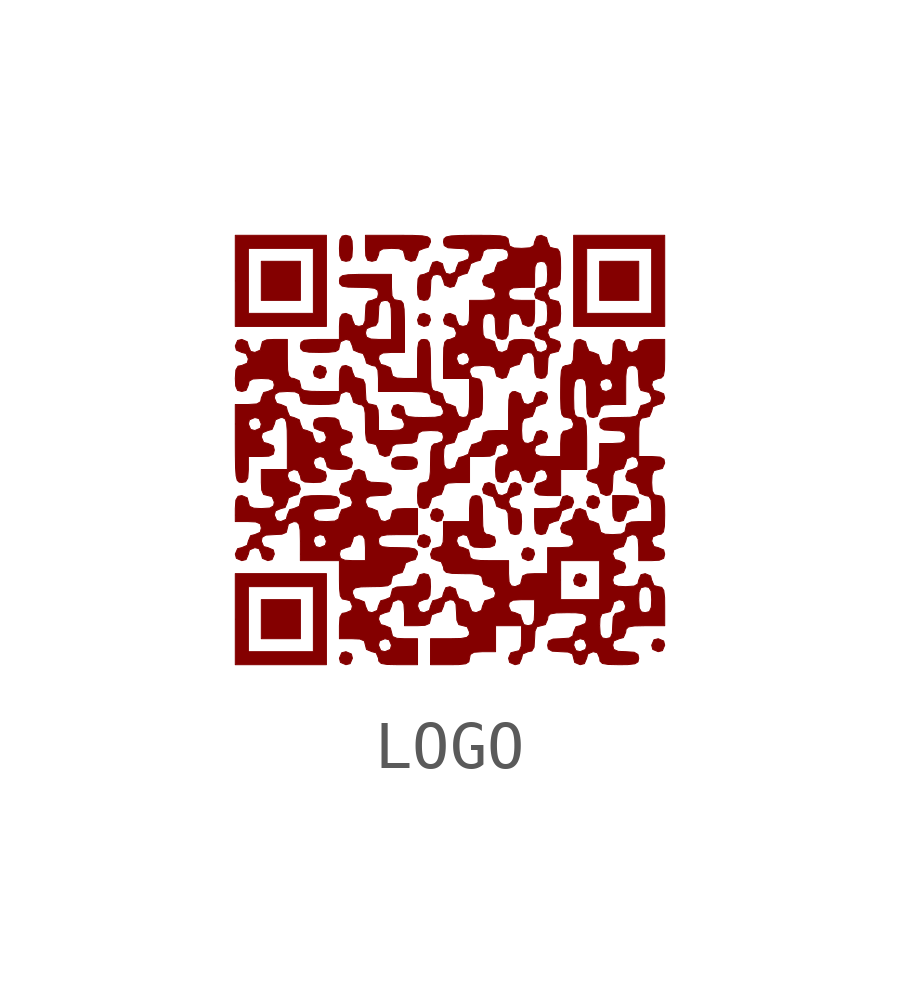
<source format=kicad_sym>
(kicad_symbol_lib
  (version 20220914)
  (generator "bitmap2component")
  (generator_version "9.0")
  (symbol "LOGO"
    (pin_names
      (offset 1.016))
    (property "Reference" "#G"
      (at 0 4.377 0)
      (effects (font (size 1.27 1.27)) hide))
    (symbol "LOGO_0_0"
      (polyline (pts (xy -2.574 -3.522) (xy -2.574 -2.574) (xy -3.522 -2.574) (xy -4.471 -2.574) (xy -4.471 -3.522) (xy -4.199 -3.522) (xy -4.199 -2.845) (xy -3.522 -2.845) (xy -2.845 -2.845) (xy -2.845 -3.522) (xy -2.845 -4.199) (xy -3.522 -4.199) (xy -4.199 -4.199) (xy -4.199 -3.522) (xy -4.471 -3.522) (xy -4.471 -4.47) (xy -3.522 -4.47) (xy -2.574 -4.47) (xy -2.574 -3.522)) (stroke (width 0.01) (type default)) (fill (type outline)))
      (polyline (pts (xy -2.08 -4.448) (xy -2.032 -4.335) (xy -2.054 -4.247) (xy -2.167 -4.199) (xy -2.255 -4.222) (xy -2.303 -4.335) (xy -2.281 -4.422) (xy -2.167 -4.47) (xy -2.08 -4.448)) (stroke (width 0.01) (type default)) (fill (type outline)))
      (polyline (pts (xy -0.677 -4.199) (xy -0.677 -3.929) (xy -0.948 -3.929) (xy -1.105 -3.921) (xy -1.197 -3.882) (xy -1.219 -3.793) (xy -1.242 -3.705) (xy -1.355 -3.658) (xy -1.442 -3.635) (xy -1.49 -3.522) (xy -1.468 -3.434) (xy -1.355 -3.387) (xy -1.267 -3.364) (xy -1.219 -3.251) (xy -1.197 -3.163) (xy -1.084 -3.116) (xy -1.006 -3.131) (xy -0.96 -3.209) (xy -0.948 -3.387) (xy -0.948 -3.658) (xy -0.677 -3.658) (xy -0.521 -3.65) (xy -0.429 -3.611) (xy -0.406 -3.522) (xy -0.384 -3.434) (xy -0.271 -3.387) (xy -0.183 -3.364) (xy -0.136 -3.251) (xy -0.113 -3.163) (xy -0.000100 -3.116) (xy 0.078 -3.131) (xy 0.124 -3.209) (xy 0.135 -3.387) (xy 0.143 -3.543) (xy 0.182 -3.635) (xy 0.271 -3.658) (xy 0.358 -3.68) (xy 0.406 -3.793) (xy 0.399 -3.853) (xy 0.349 -3.902) (xy 0.227 -3.924) (xy -0.000100 -3.929) (xy -0.406 -3.929) (xy -0.406 -4.199) (xy -0.406 -4.47) (xy -0.000100 -4.47) (xy 0.18 -4.468) (xy 0.326 -4.451) (xy 0.392 -4.41) (xy 0.406 -4.335) (xy 0.422 -4.257) (xy 0.5 -4.211) (xy 0.677 -4.199) (xy 0.948 -4.199) (xy 0.948 -3.929) (xy 0.948 -3.658) (xy 1.219 -3.658) (xy 1.49 -3.658) (xy 1.49 -3.929) (xy 1.482 -4.085) (xy 1.443 -4.177) (xy 1.355 -4.199) (xy 1.267 -4.222) (xy 1.219 -4.335) (xy 1.241 -4.422) (xy 1.355 -4.47) (xy 1.442 -4.448) (xy 1.49 -4.335) (xy 1.512 -4.247) (xy 1.625 -4.199) (xy 1.704 -4.184) (xy 1.75 -4.106) (xy 1.761 -3.929) (xy 1.769 -3.772) (xy 1.808 -3.68) (xy 1.897 -3.658) (xy 1.984 -3.635) (xy 2.032 -3.522) (xy 2.039 -3.462) (xy 2.089 -3.413) (xy 2.211 -3.392) (xy 2.438 -3.387) (xy 2.618 -3.389) (xy 2.765 -3.405) (xy 2.83 -3.446) (xy 2.845 -3.522) (xy 2.822 -3.61) (xy 2.709 -3.658) (xy 3.116 -3.658) (xy 3.123 -3.501) (xy 3.163 -3.409) (xy 3.251 -3.387) (xy 3.339 -3.364) (xy 3.387 -3.251) (xy 3.409 -3.163) (xy 3.522 -3.116) (xy 3.929 -3.116) (xy 3.936 -2.959) (xy 3.975 -2.867) (xy 4.064 -2.845) (xy 4.142 -2.86) (xy 4.188 -2.938) (xy 4.199 -3.116) (xy 4.192 -3.272) (xy 4.152 -3.364) (xy 4.064 -3.387) (xy 3.986 -3.371) (xy 3.94 -3.293) (xy 3.929 -3.116) (xy 3.522 -3.116) (xy 3.61 -3.138) (xy 3.658 -3.251) (xy 3.635 -3.339) (xy 3.522 -3.387) (xy 3.444 -3.402) (xy 3.398 -3.48) (xy 3.387 -3.658) (xy 3.379 -3.814) (xy 3.34 -3.906) (xy 3.251 -3.929) (xy 3.173 -3.913) (xy 3.127 -3.835) (xy 3.116 -3.658) (xy 2.709 -3.658) (xy 2.622 -3.68) (xy 2.574 -3.793) (xy 2.558 -3.871) (xy 2.48 -3.917) (xy 2.303 -3.929) (xy 2.147 -3.936) (xy 2.055 -3.975) (xy 2.032 -4.064) (xy 2.574 -4.064) (xy 2.596 -3.976) (xy 2.709 -3.929) (xy 2.797 -3.951) (xy 2.845 -4.064) (xy 2.822 -4.152) (xy 2.709 -4.199) (xy 2.622 -4.177) (xy 2.574 -4.064) (xy 2.032 -4.064) (xy 2.047 -4.142) (xy 2.126 -4.188) (xy 2.303 -4.199) (xy 2.459 -4.207) (xy 2.551 -4.246) (xy 2.574 -4.335) (xy 2.596 -4.422) (xy 2.709 -4.47) (xy 2.797 -4.448) (xy 2.845 -4.335) (xy 2.867 -4.247) (xy 2.98 -4.199) (xy 3.068 -4.222) (xy 3.116 -4.335) (xy 3.123 -4.395) (xy 3.172 -4.444) (xy 3.295 -4.465) (xy 3.522 -4.47) (xy 3.702 -4.468) (xy 3.849 -4.451) (xy 3.914 -4.41) (xy 3.929 -4.335) (xy 3.913 -4.257) (xy 3.835 -4.211) (xy 3.658 -4.199) (xy 3.501 -4.192) (xy 3.409 -4.152) (xy 3.387 -4.064) (xy 3.409 -3.976) (xy 3.522 -3.929) (xy 3.61 -3.906) (xy 3.658 -3.793) (xy 3.665 -3.733) (xy 3.714 -3.684) (xy 3.837 -3.663) (xy 4.064 -3.658) (xy 4.47 -3.658) (xy 4.47 -3.251) (xy 4.468 -3.071) (xy 4.451 -2.925) (xy 4.41 -2.86) (xy 4.335 -2.845) (xy 4.247 -2.822) (xy 4.199 -2.709) (xy 4.177 -2.622) (xy 4.064 -2.574) (xy 3.976 -2.596) (xy 3.929 -2.709) (xy 3.913 -2.787) (xy 3.835 -2.833) (xy 3.658 -2.845) (xy 3.501 -2.837) (xy 3.409 -2.798) (xy 3.387 -2.709) (xy 3.409 -2.622) (xy 3.522 -2.574) (xy 3.61 -2.551) (xy 3.658 -2.438) (xy 3.635 -2.351) (xy 3.522 -2.303) (xy 3.434 -2.281) (xy 3.387 -2.167) (xy 3.409 -2.08) (xy 3.522 -2.032) (xy 3.61 -2.01) (xy 3.658 -1.897) (xy 3.68 -1.809) (xy 3.793 -1.761) (xy 3.871 -1.776) (xy 3.917 -1.855) (xy 3.929 -2.032) (xy 3.929 -2.303) (xy 4.199 -2.303) (xy 4.356 -2.295) (xy 4.448 -2.256) (xy 4.47 -2.167) (xy 4.448 -2.08) (xy 4.335 -2.032) (xy 4.247 -2.01) (xy 4.199 -1.897) (xy 4.222 -1.809) (xy 4.335 -1.761) (xy 4.395 -1.754) (xy 4.444 -1.704) (xy 4.465 -1.582) (xy 4.47 -1.355) (xy 4.468 -1.175) (xy 4.451 -1.028) (xy 4.41 -0.963) (xy 4.335 -0.948) (xy 4.257 -0.933) (xy 4.211 -0.855) (xy 4.199 -0.677) (xy 4.207 -0.521) (xy 4.246 -0.429) (xy 4.335 -0.406) (xy 4.422 -0.384) (xy 4.47 -0.271) (xy 4.455 -0.193) (xy 4.377 -0.147) (xy 4.199 -0.135) (xy 3.929 -0.135) (xy 3.929 0.271) (xy 3.931 0.451) (xy 3.947 0.597) (xy 3.988 0.663) (xy 4.064 0.677) (xy 4.152 0.7) (xy 4.199 0.813) (xy 4.222 0.9) (xy 4.335 0.948) (xy 4.422 0.971) (xy 4.47 1.084) (xy 4.448 1.171) (xy 4.335 1.219) (xy 4.247 1.242) (xy 4.199 1.355) (xy 4.222 1.442) (xy 4.335 1.49) (xy 4.395 1.498) (xy 4.444 1.547) (xy 4.465 1.67) (xy 4.47 1.897) (xy 4.47 2.303) (xy 4.199 2.303) (xy 4.043 2.295) (xy 3.951 2.256) (xy 3.929 2.167) (xy 3.906 2.08) (xy 3.793 2.032) (xy 3.705 2.054) (xy 3.658 2.167) (xy 3.635 2.255) (xy 3.522 2.303) (xy 3.444 2.288) (xy 3.398 2.209) (xy 3.387 2.032) (xy 3.379 1.876) (xy 3.34 1.784) (xy 3.251 1.761) (xy 3.163 1.783) (xy 3.116 1.897) (xy 3.093 1.984) (xy 2.98 2.032) (xy 2.893 2.054) (xy 2.845 2.167) (xy 2.822 2.255) (xy 2.709 2.303) (xy 2.631 2.288) (xy 2.585 2.209) (xy 2.574 2.032) (xy 2.566 1.876) (xy 2.527 1.784) (xy 2.438 1.761) (xy 2.403 1.759) (xy 2.349 1.732) (xy 2.319 1.651) (xy 2.306 1.489) (xy 2.303 1.219) (xy 2.303 1.076) (xy 2.31 0.861) (xy 2.33 0.741) (xy 2.371 0.689) (xy 2.438 0.677) (xy 2.526 0.655) (xy 2.574 0.542) (xy 2.551 0.454) (xy 2.438 0.406) (xy 2.36 0.391) (xy 2.314 0.313) (xy 2.303 0.136) (xy 2.303 -0.135) (xy 2.032 -0.135) (xy 1.875 -0.128) (xy 1.784 -0.088) (xy 1.761 0.000100) (xy 1.783 0.088) (xy 1.897 0.136) (xy 1.984 0.158) (xy 2.032 0.271) (xy 2.01 0.359) (xy 1.897 0.406) (xy 1.809 0.384) (xy 1.761 0.271) (xy 1.739 0.183) (xy 1.625 0.136) (xy 1.547 0.151) (xy 1.501 0.229) (xy 1.49 0.406) (xy 1.498 0.563) (xy 1.537 0.655) (xy 1.625 0.677) (xy 1.713 0.7) (xy 1.761 0.813) (xy 1.783 0.9) (xy 1.897 0.948) (xy 1.984 0.971) (xy 2.032 1.084) (xy 2.01 1.171) (xy 1.897 1.219) (xy 1.809 1.197) (xy 1.761 1.084) (xy 1.739 0.996) (xy 1.625 0.948) (xy 1.538 0.971) (xy 1.49 1.084) (xy 1.468 1.171) (xy 1.355 1.219) (xy 1.295 1.212) (xy 1.246 1.163) (xy 1.224 1.04) (xy 1.219 0.813) (xy 1.219 0.406) (xy 0.948 0.406) (xy 0.792 0.399) (xy 0.7 0.36) (xy 0.677 0.271) (xy 0.655 0.183) (xy 0.542 0.136) (xy 0.454 0.113) (xy 0.406 0.000100) (xy 0.384 -0.087) (xy 0.271 -0.135) (xy 0.183 -0.158) (xy 0.135 -0.271) (xy 0.113 -0.358) (xy -0.000100 -0.406) (xy -0.078 -0.391) (xy -0.124 -0.313) (xy -0.136 -0.135) (xy -0.128 0.021) (xy -0.089 0.113) (xy -0.000100 0.136) (xy 0.087 0.158) (xy 0.135 0.271) (xy 0.158 0.359) (xy 0.271 0.406) (xy 0.358 0.429) (xy 0.406 0.542) (xy 0.429 0.629) (xy 0.542 0.677) (xy 0.602 0.685) (xy 0.651 0.734) (xy 0.672 0.857) (xy 0.677 1.084) (xy 0.675 1.264) (xy 0.658 1.41) (xy 0.617 1.475) (xy 0.542 1.49) (xy 0.454 1.512) (xy 0.406 1.626) (xy 0.422 1.704) (xy 0.5 1.75) (xy 0.677 1.761) (xy 0.834 1.754) (xy 0.925 1.714) (xy 0.948 1.626) (xy 0.97 1.538) (xy 1.084 1.49) (xy 1.171 1.512) (xy 1.219 1.626) (xy 1.241 1.713) (xy 1.355 1.761) (xy 1.442 1.783) (xy 1.49 1.897) (xy 1.512 1.984) (xy 1.625 2.032) (xy 1.704 2.017) (xy 1.75 1.938) (xy 1.761 1.761) (xy 1.769 1.605) (xy 1.808 1.513) (xy 1.897 1.49) (xy 1.975 1.506) (xy 2.021 1.584) (xy 2.032 1.761) (xy 2.04 1.917) (xy 2.079 2.009) (xy 2.167 2.032) (xy 2.255 2.054) (xy 2.303 2.167) (xy 2.281 2.255) (xy 2.167 2.303) (xy 2.08 2.325) (xy 2.032 2.438) (xy 2.054 2.526) (xy 2.167 2.574) (xy 2.246 2.589) (xy 2.292 2.668) (xy 2.303 2.845) (xy 2.295 3.001) (xy 2.256 3.093) (xy 2.167 3.116) (xy 2.08 3.138) (xy 2.032 3.251) (xy 2.054 3.339) (xy 2.167 3.387) (xy 2.227 3.394) (xy 2.276 3.443) (xy 2.298 3.566) (xy 2.303 3.793) (xy 2.3 3.973) (xy 2.284 4.12) (xy 2.243 4.185) (xy 2.167 4.199) (xy 2.08 4.222) (xy 2.032 4.335) (xy 2.01 4.423) (xy 1.897 4.471) (xy 1.809 4.448) (xy 1.761 4.335) (xy 1.746 4.257) (xy 1.667 4.211) (xy 1.49 4.199) (xy 1.334 4.207) (xy 1.242 4.246) (xy 1.219 4.335) (xy 1.219 4.342) (xy 1.207 4.402) (xy 1.158 4.439) (xy 1.047 4.46) (xy 0.85 4.469) (xy 0.542 4.471) (xy 0.505 4.471) (xy 0.209 4.468) (xy 0.022 4.458) (xy -0.082 4.436) (xy -0.126 4.397) (xy -0.136 4.335) (xy -0.12 4.257) (xy -0.042 4.211) (xy 0.135 4.199) (xy 0.292 4.192) (xy 0.384 4.153) (xy 0.406 4.064) (xy 0.384 3.977) (xy 0.271 3.929) (xy 0.183 3.906) (xy 0.135 3.793) (xy 0.113 3.706) (xy -0.000100 3.658) (xy -0.088 3.68) (xy -0.136 3.793) (xy -0.158 3.881) (xy -0.271 3.929) (xy -0.359 3.906) (xy -0.406 3.793) (xy -0.429 3.706) (xy -0.542 3.658) (xy -0.62 3.642) (xy -0.666 3.564) (xy -0.677 3.387) (xy -0.67 3.23) (xy -0.631 3.139) (xy -0.542 3.116) (xy -0.464 3.131) (xy -0.418 3.209) (xy -0.406 3.387) (xy -0.399 3.543) (xy -0.36 3.635) (xy -0.271 3.658) (xy -0.183 3.635) (xy -0.136 3.522) (xy -0.113 3.435) (xy -0.000100 3.387) (xy 0.087 3.409) (xy 0.135 3.522) (xy 0.158 3.61) (xy 0.271 3.658) (xy 0.358 3.68) (xy 0.406 3.793) (xy 0.429 3.881) (xy 0.542 3.929) (xy 0.629 3.951) (xy 0.677 4.064) (xy 0.693 4.142) (xy 0.771 4.188) (xy 0.948 4.199) (xy 1.105 4.192) (xy 1.196 4.153) (xy 1.219 4.064) (xy 1.197 3.977) (xy 1.084 3.929) (xy 0.996 3.906) (xy 0.948 3.793) (xy 0.926 3.706) (xy 0.813 3.658) (xy 0.725 3.635) (xy 0.677 3.522) (xy 0.7 3.435) (xy 0.813 3.387) (xy 0.9 3.365) (xy 0.948 3.251) (xy 0.933 3.173) (xy 0.855 3.127) (xy 0.677 3.116) (xy 0.406 3.116) (xy 0.406 2.845) (xy 0.399 2.688) (xy 0.359 2.597) (xy 0.271 2.574) (xy 0.677 2.574) (xy 0.685 2.73) (xy 0.724 2.822) (xy 0.813 2.845) (xy 0.891 2.829) (xy 0.937 2.751) (xy 0.948 2.574) (xy 0.956 2.418) (xy 0.995 2.326) (xy 1.084 2.303) (xy 1.162 2.318) (xy 1.208 2.397) (xy 1.219 2.574) (xy 1.227 2.73) (xy 1.266 2.822) (xy 1.355 2.845) (xy 1.442 2.823) (xy 1.49 2.709) (xy 1.512 2.622) (xy 1.625 2.574) (xy 1.704 2.589) (xy 1.75 2.668) (xy 1.761 2.845) (xy 1.761 3.116) (xy 1.49 3.116) (xy 1.334 3.123) (xy 1.242 3.163) (xy 1.219 3.251) (xy 1.234 3.329) (xy 1.313 3.375) (xy 1.49 3.387) (xy 1.761 3.387) (xy 1.761 3.658) (xy 1.769 3.814) (xy 1.808 3.906) (xy 1.897 3.929) (xy 1.975 3.913) (xy 2.021 3.835) (xy 2.032 3.658) (xy 2.024 3.501) (xy 1.985 3.409) (xy 1.897 3.387) (xy 1.809 3.365) (xy 1.761 3.251) (xy 1.783 3.164) (xy 1.897 3.116) (xy 1.975 3.1) (xy 2.021 3.022) (xy 2.032 2.845) (xy 2.024 2.688) (xy 1.985 2.597) (xy 1.897 2.574) (xy 1.809 2.552) (xy 1.761 2.438) (xy 1.783 2.351) (xy 1.897 2.303) (xy 1.984 2.281) (xy 2.032 2.167) (xy 2.01 2.08) (xy 1.897 2.032) (xy 1.809 2.054) (xy 1.761 2.167) (xy 1.746 2.246) (xy 1.667 2.292) (xy 1.49 2.303) (xy 1.334 2.295) (xy 1.242 2.256) (xy 1.219 2.167) (xy 1.197 2.08) (xy 1.084 2.032) (xy 0.996 2.054) (xy 0.948 2.167) (xy 0.926 2.255) (xy 0.813 2.303) (xy 0.735 2.318) (xy 0.689 2.397) (xy 0.677 2.574) (xy 0.271 2.574) (xy 0.183 2.596) (xy 0.135 2.709) (xy 0.113 2.797) (xy -0.000100 2.845) (xy -0.088 2.823) (xy -0.136 2.709) (xy -0.113 2.622) (xy -0.000100 2.574) (xy 0.087 2.552) (xy 0.135 2.438) (xy 0.113 2.351) (xy -0.000100 2.303) (xy -0.06 2.296) (xy -0.109 2.246) (xy -0.131 2.124) (xy -0.136 1.897) (xy 0.135 1.897) (xy 0.158 1.984) (xy 0.271 2.032) (xy 0.358 2.01) (xy 0.406 1.897) (xy 0.384 1.809) (xy 0.271 1.761) (xy 0.183 1.783) (xy 0.135 1.897) (xy -0.136 1.897) (xy -0.136 1.49) (xy 0.135 1.49) (xy 0.406 1.49) (xy 0.406 1.084) (xy 0.404 0.904) (xy 0.387 0.757) (xy 0.346 0.692) (xy 0.271 0.677) (xy 0.183 0.7) (xy 0.135 0.813) (xy 0.113 0.9) (xy -0.000100 0.948) (xy -0.088 0.971) (xy -0.136 1.084) (xy -0.158 1.171) (xy -0.271 1.219) (xy -0.307 1.221) (xy -0.361 1.248) (xy -0.391 1.329) (xy -0.404 1.491) (xy -0.406 1.761) (xy -0.407 1.904) (xy -0.414 2.119) (xy -0.434 2.24) (xy -0.474 2.292) (xy -0.542 2.303) (xy -0.602 2.296) (xy -0.651 2.246) (xy -0.672 2.124) (xy -0.677 1.897) (xy -0.677 1.49) (xy -0.948 1.49) (xy -1.105 1.498) (xy -1.197 1.537) (xy -1.219 1.626) (xy -1.242 1.713) (xy -1.355 1.761) (xy -1.442 1.783) (xy -1.49 1.897) (xy -1.475 1.975) (xy -1.397 2.021) (xy -1.219 2.032) (xy -0.948 2.032) (xy -0.948 2.574) (xy -0.949 2.717) (xy -0.956 2.932) (xy -0.976 3.052) (xy -1.016 3.104) (xy -1.084 3.116) (xy -1.162 3.131) (xy -1.208 3.209) (xy -1.219 3.387) (xy -1.219 3.658) (xy -1.761 3.658) (xy -1.904 3.657) (xy -2.119 3.65) (xy -2.24 3.63) (xy -2.292 3.59) (xy -2.303 3.522) (xy -2.296 3.462) (xy -2.246 3.413) (xy -2.124 3.392) (xy -1.897 3.387) (xy -1.717 3.384) (xy -1.57 3.368) (xy -1.505 3.327) (xy -1.49 3.251) (xy -1.512 3.164) (xy -1.626 3.116) (xy -1.704 3.1) (xy -1.75 3.022) (xy -1.761 2.845) (xy -1.769 2.688) (xy -1.808 2.597) (xy -1.897 2.574) (xy -1.984 2.596) (xy -2.032 2.709) (xy -2.054 2.797) (xy -2.167 2.845) (xy -2.246 2.829) (xy -2.292 2.751) (xy -2.303 2.574) (xy -2.303 2.438) (xy -1.761 2.438) (xy -1.739 2.526) (xy -1.626 2.574) (xy -1.548 2.589) (xy -1.502 2.668) (xy -1.49 2.845) (xy -1.482 3.001) (xy -1.443 3.093) (xy -1.355 3.116) (xy -1.295 3.108) (xy -1.246 3.059) (xy -1.224 2.936) (xy -1.219 2.709) (xy -1.219 2.303) (xy -1.49 2.303) (xy -1.647 2.311) (xy -1.738 2.35) (xy -1.761 2.438) (xy -2.303 2.438) (xy -2.303 2.303) (xy -2.709 2.303) (xy -2.889 2.3) (xy -3.036 2.284) (xy -3.101 2.243) (xy -3.116 2.167) (xy -3.108 2.107) (xy -3.059 2.059) (xy -2.936 2.037) (xy -2.709 2.032) (xy -2.529 2.035) (xy -2.383 2.051) (xy -2.318 2.092) (xy -2.303 2.167) (xy -2.281 2.255) (xy -2.167 2.303) (xy -2.08 2.281) (xy -2.032 2.167) (xy -2.01 2.08) (xy -1.897 2.032) (xy -1.809 2.01) (xy -1.761 1.897) (xy -1.739 1.809) (xy -1.626 1.761) (xy -1.548 1.746) (xy -1.502 1.667) (xy -1.49 1.49) (xy -1.49 1.219) (xy -0.948 1.219) (xy -0.805 1.219) (xy -0.59 1.212) (xy -0.47 1.192) (xy -0.418 1.151) (xy -0.406 1.084) (xy -0.384 0.996) (xy -0.271 0.948) (xy -0.183 0.926) (xy -0.136 0.813) (xy -0.143 0.753) (xy -0.192 0.704) (xy -0.315 0.682) (xy -0.542 0.677) (xy -0.722 0.68) (xy -0.868 0.696) (xy -0.933 0.737) (xy -0.948 0.813) (xy -0.971 0.9) (xy -1.084 0.948) (xy -1.171 0.926) (xy -1.219 0.813) (xy -1.197 0.725) (xy -1.084 0.677) (xy -0.996 0.655) (xy -0.948 0.542) (xy -0.964 0.464) (xy -1.042 0.418) (xy -1.219 0.406) (xy -1.49 0.406) (xy -1.49 0.677) (xy -1.498 0.834) (xy -1.537 0.926) (xy -1.626 0.948) (xy -1.704 0.964) (xy -1.75 1.042) (xy -1.761 1.219) (xy -1.769 1.376) (xy -1.808 1.468) (xy -1.897 1.49) (xy -1.984 1.512) (xy -2.032 1.626) (xy -2.054 1.713) (xy -2.167 1.761) (xy -2.246 1.746) (xy -2.292 1.667) (xy -2.303 1.49) (xy -2.303 1.219) (xy -2.709 1.219) (xy -2.889 1.222) (xy -3.036 1.238) (xy -3.101 1.279) (xy -3.116 1.355) (xy -3.138 1.442) (xy -3.251 1.49) (xy -3.311 1.498) (xy -3.36 1.547) (xy -3.382 1.67) (xy -3.387 1.897) (xy -3.387 2.303) (xy -3.658 2.303) (xy -3.814 2.295) (xy -3.906 2.256) (xy -3.929 2.167) (xy -3.951 2.08) (xy -4.064 2.032) (xy -4.152 2.054) (xy -4.199 2.167) (xy -4.222 2.255) (xy -4.335 2.303) (xy -4.423 2.281) (xy -4.471 2.167) (xy -4.448 2.08) (xy -4.335 2.032) (xy -4.247 2.01) (xy -4.199 1.897) (xy -4.222 1.809) (xy -4.335 1.761) (xy -4.413 1.746) (xy -4.459 1.667) (xy -4.471 1.49) (xy -4.463 1.334) (xy -4.424 1.242) (xy -4.335 1.219) (xy -4.247 1.242) (xy -4.199 1.355) (xy -4.184 1.433) (xy -4.106 1.479) (xy -3.929 1.49) (xy -3.772 1.482) (xy -3.68 1.443) (xy -3.658 1.355) (xy -3.68 1.267) (xy -3.793 1.219) (xy -3.881 1.197) (xy -3.929 1.084) (xy -3.944 1.006) (xy -4.022 0.96) (xy -4.199 0.948) (xy -4.471 0.948) (xy -4.471 0.542) (xy -4.199 0.542) (xy -4.177 0.629) (xy -4.064 0.677) (xy -3.977 0.655) (xy -3.929 0.542) (xy -3.951 0.454) (xy -4.064 0.406) (xy -4.152 0.429) (xy -4.199 0.542) (xy -4.471 0.542) (xy -4.471 0.136) (xy -4.47 -0.104) (xy -4.466 -0.37) (xy -4.454 -0.538) (xy -4.431 -0.63) (xy -4.392 -0.669) (xy -4.335 -0.677) (xy -4.257 -0.662) (xy -4.211 -0.584) (xy -4.199 -0.406) (xy -4.199 -0.135) (xy -3.929 -0.135) (xy -3.772 -0.128) (xy -3.68 -0.088) (xy -3.658 0.000100) (xy -3.68 0.088) (xy -3.793 0.136) (xy -3.881 0.158) (xy -3.929 0.271) (xy -3.906 0.359) (xy -3.793 0.406) (xy -3.706 0.429) (xy -3.658 0.542) (xy -3.635 0.629) (xy -3.522 0.677) (xy -3.486 0.675) (xy -3.433 0.648) (xy -3.403 0.567) (xy -3.39 0.406) (xy -3.387 0.136) (xy -3.387 -0.406) (xy -3.658 -0.406) (xy -3.929 -0.406) (xy -3.929 -0.677) (xy -3.921 -0.834) (xy -3.882 -0.925) (xy -3.793 -0.948) (xy -3.706 -0.97) (xy -3.658 -1.084) (xy -3.673 -1.162) (xy -3.751 -1.208) (xy -3.929 -1.219) (xy -4.085 -1.211) (xy -4.177 -1.172) (xy -4.199 -1.084) (xy -4.222 -0.996) (xy -4.335 -0.948) (xy -4.413 -0.964) (xy -4.459 -1.042) (xy -4.471 -1.219) (xy -4.471 -1.355) (xy -3.658 -1.355) (xy -3.635 -1.267) (xy -3.522 -1.219) (xy -3.435 -1.197) (xy -3.387 -1.084) (xy -3.365 -0.996) (xy -3.251 -0.948) (xy -3.164 -0.926) (xy -3.116 -0.813) (xy -3.138 -0.725) (xy -3.251 -0.677) (xy -3.339 -0.655) (xy -3.387 -0.542) (xy -3.365 -0.454) (xy -3.251 -0.406) (xy -3.164 -0.429) (xy -3.116 -0.542) (xy -3.1 -0.62) (xy -3.022 -0.666) (xy -2.845 -0.677) (xy -2.688 -0.67) (xy -2.597 -0.63) (xy -2.574 -0.542) (xy -2.596 -0.454) (xy -2.709 -0.406) (xy -2.797 -0.384) (xy -2.845 -0.271) (xy -2.823 -0.183) (xy -2.709 -0.135) (xy -2.622 -0.158) (xy -2.574 -0.271) (xy -2.559 -0.349) (xy -2.48 -0.395) (xy -2.303 -0.406) (xy -2.147 -0.399) (xy -2.055 -0.359) (xy -2.032 -0.271) (xy -2.054 -0.183) (xy -2.167 -0.135) (xy -2.255 -0.113) (xy -2.303 0.000100) (xy -2.281 0.088) (xy -2.167 0.136) (xy -2.08 0.158) (xy -2.032 0.271) (xy -2.054 0.359) (xy -2.167 0.406) (xy -2.255 0.429) (xy -2.303 0.542) (xy -2.318 0.62) (xy -2.397 0.666) (xy -2.574 0.677) (xy -2.73 0.67) (xy -2.822 0.631) (xy -2.845 0.542) (xy -2.823 0.454) (xy -2.709 0.406) (xy -2.622 0.384) (xy -2.574 0.271) (xy -2.596 0.183) (xy -2.709 0.136) (xy -2.797 0.158) (xy -2.845 0.271) (xy -2.867 0.359) (xy -2.98 0.406) (xy -3.068 0.429) (xy -3.116 0.542) (xy -3.138 0.629) (xy -3.251 0.677) (xy -3.339 0.7) (xy -3.387 0.813) (xy -3.409 0.9) (xy -3.522 0.948) (xy -3.61 0.971) (xy -3.658 1.084) (xy -3.642 1.162) (xy -3.564 1.208) (xy -3.387 1.219) (xy -3.23 1.212) (xy -3.139 1.172) (xy -3.116 1.084) (xy -3.108 1.024) (xy -3.059 0.975) (xy -2.936 0.953) (xy -2.709 0.948) (xy -2.529 0.951) (xy -2.383 0.967) (xy -2.318 1.008) (xy -2.303 1.084) (xy -2.281 1.171) (xy -2.167 1.219) (xy -2.08 1.197) (xy -2.032 1.084) (xy -2.01 0.996) (xy -1.897 0.948) (xy -1.837 0.941) (xy -1.788 0.892) (xy -1.766 0.769) (xy -1.761 0.542) (xy -1.759 0.362) (xy -1.742 0.215) (xy -1.701 0.15) (xy -1.626 0.136) (xy -1.538 0.113) (xy -1.49 0.000100) (xy -1.468 -0.087) (xy -1.355 -0.135) (xy -1.267 -0.113) (xy -1.219 0.000100) (xy -1.204 0.078) (xy -1.126 0.124) (xy -0.948 0.136) (xy -0.792 0.143) (xy -0.7 0.182) (xy -0.677 0.271) (xy -0.662 0.349) (xy -0.584 0.395) (xy -0.406 0.406) (xy -0.25 0.399) (xy -0.158 0.36) (xy -0.136 0.271) (xy -0.158 0.183) (xy -0.271 0.136) (xy -0.331 0.128) (xy -0.38 0.079) (xy -0.402 -0.044) (xy -0.406 -0.271) (xy -0.409 -0.451) (xy -0.425 -0.597) (xy -0.466 -0.662) (xy -0.542 -0.677) (xy -0.62 -0.693) (xy -0.666 -0.771) (xy -0.677 -0.948) (xy -0.67 -1.105) (xy -0.631 -1.196) (xy -0.542 -1.219) (xy -0.454 -1.197) (xy -0.406 -1.084) (xy -0.384 -0.996) (xy -0.271 -0.948) (xy -0.183 -0.926) (xy -0.136 -0.813) (xy -0.12 -0.735) (xy -0.042 -0.689) (xy 0.135 -0.677) (xy 0.406 -0.677) (xy 0.406 -0.406) (xy 0.406 -0.135) (xy 0.677 -0.135) (xy 0.834 -0.128) (xy 0.925 -0.088) (xy 0.948 0.000100) (xy 0.97 0.088) (xy 1.084 0.136) (xy 1.171 0.113) (xy 1.219 0.000100) (xy 1.197 -0.087) (xy 1.084 -0.135) (xy 1.006 -0.151) (xy 0.96 -0.229) (xy 0.948 -0.406) (xy 0.956 -0.563) (xy 0.995 -0.654) (xy 1.084 -0.677) (xy 1.171 -0.655) (xy 1.219 -0.542) (xy 1.241 -0.454) (xy 1.355 -0.406) (xy 1.442 -0.429) (xy 1.49 -0.542) (xy 1.512 -0.629) (xy 1.625 -0.677) (xy 1.713 -0.655) (xy 1.761 -0.542) (xy 1.783 -0.454) (xy 1.897 -0.406) (xy 1.984 -0.429) (xy 2.032 -0.542) (xy 2.01 -0.629) (xy 1.897 -0.677) (xy 1.809 -0.7) (xy 1.761 -0.813) (xy 1.776 -0.891) (xy 1.855 -0.937) (xy 2.032 -0.948) (xy 2.303 -0.948) (xy 2.303 -0.677) (xy 2.303 -0.406) (xy 2.574 -0.406) (xy 2.845 -0.406) (xy 2.845 0.136) (xy 2.844 0.278) (xy 2.837 0.494) (xy 2.817 0.614) (xy 2.777 0.666) (xy 2.709 0.677) (xy 2.649 0.685) (xy 2.6 0.734) (xy 2.579 0.857) (xy 2.574 1.084) (xy 2.576 1.264) (xy 2.593 1.41) (xy 2.634 1.475) (xy 2.709 1.49) (xy 2.769 1.483) (xy 2.818 1.433) (xy 2.832 1.355) (xy 3.116 1.355) (xy 3.138 1.442) (xy 3.251 1.49) (xy 3.339 1.468) (xy 3.387 1.355) (xy 3.364 1.267) (xy 3.251 1.219) (xy 3.163 1.242) (xy 3.116 1.355) (xy 2.832 1.355) (xy 2.84 1.311) (xy 2.845 1.084) (xy 2.847 0.904) (xy 2.864 0.757) (xy 2.905 0.692) (xy 2.98 0.677) (xy 3.068 0.7) (xy 3.116 0.813) (xy 3.131 0.891) (xy 3.209 0.937) (xy 3.387 0.948) (xy 3.658 0.948) (xy 3.658 1.355) (xy 3.66 1.535) (xy 3.676 1.681) (xy 3.717 1.746) (xy 3.793 1.761) (xy 3.871 1.746) (xy 3.917 1.667) (xy 3.929 1.49) (xy 3.936 1.334) (xy 3.975 1.242) (xy 4.064 1.219) (xy 4.152 1.197) (xy 4.199 1.084) (xy 4.177 0.996) (xy 4.064 0.948) (xy 3.976 0.926) (xy 3.929 0.813) (xy 3.921 0.753) (xy 3.872 0.704) (xy 3.749 0.682) (xy 3.522 0.677) (xy 3.342 0.675) (xy 3.196 0.658) (xy 3.131 0.618) (xy 3.116 0.542) (xy 3.131 0.464) (xy 3.209 0.418) (xy 3.387 0.406) (xy 3.543 0.399) (xy 3.635 0.36) (xy 3.658 0.271) (xy 3.642 0.193) (xy 3.564 0.147) (xy 3.387 0.136) (xy 3.116 0.136) (xy 3.116 -0.135) (xy 3.108 -0.292) (xy 3.069 -0.384) (xy 2.98 -0.406) (xy 2.893 -0.429) (xy 2.845 -0.542) (xy 2.867 -0.629) (xy 2.98 -0.677) (xy 3.068 -0.7) (xy 3.116 -0.813) (xy 3.138 -0.9) (xy 3.251 -0.948) (xy 3.329 -0.933) (xy 3.375 -0.855) (xy 3.387 -0.677) (xy 3.394 -0.521) (xy 3.433 -0.429) (xy 3.522 -0.406) (xy 3.61 -0.384) (xy 3.658 -0.271) (xy 3.68 -0.183) (xy 3.793 -0.135) (xy 3.881 -0.158) (xy 3.929 -0.271) (xy 3.906 -0.358) (xy 3.793 -0.406) (xy 3.705 -0.429) (xy 3.658 -0.542) (xy 3.68 -0.629) (xy 3.793 -0.677) (xy 3.881 -0.7) (xy 3.929 -0.813) (xy 3.951 -0.9) (xy 4.064 -0.948) (xy 4.142 -0.964) (xy 4.188 -1.042) (xy 4.199 -1.219) (xy 4.199 -1.49) (xy 3.929 -1.49) (xy 3.772 -1.498) (xy 3.68 -1.537) (xy 3.658 -1.625) (xy 3.642 -1.704) (xy 3.564 -1.75) (xy 3.387 -1.761) (xy 3.23 -1.753) (xy 3.138 -1.714) (xy 3.116 -1.625) (xy 3.093 -1.538) (xy 2.98 -1.49) (xy 2.893 -1.468) (xy 2.845 -1.355) (xy 2.822 -1.267) (xy 2.709 -1.219) (xy 2.622 -1.241) (xy 2.574 -1.355) (xy 2.551 -1.442) (xy 2.438 -1.49) (xy 2.351 -1.512) (xy 2.303 -1.625) (xy 2.325 -1.713) (xy 2.438 -1.761) (xy 2.526 -1.783) (xy 2.574 -1.897) (xy 2.558 -1.975) (xy 2.48 -2.021) (xy 2.303 -2.032) (xy 2.032 -2.032) (xy 2.032 -2.303) (xy 2.032 -2.574) (xy 1.761 -2.574) (xy 1.605 -2.582) (xy 1.513 -2.621) (xy 1.49 -2.709) (xy 2.303 -2.709) (xy 2.303 -2.303) (xy 2.709 -2.303) (xy 3.116 -2.303) (xy 3.116 -2.709) (xy 3.116 -3.116) (xy 2.709 -3.116) (xy 2.303 -3.116) (xy 2.303 -2.709) (xy 1.49 -2.709) (xy 1.468 -2.797) (xy 1.355 -2.845) (xy 1.276 -2.829) (xy 1.23 -2.751) (xy 1.219 -2.574) (xy 1.219 -2.303) (xy 0.813 -2.303) (xy 0.633 -2.3) (xy 0.486 -2.284) (xy 0.421 -2.243) (xy 0.406 -2.167) (xy 0.384 -2.08) (xy 0.271 -2.032) (xy 0.183 -2.01) (xy 0.135 -1.897) (xy 0.158 -1.809) (xy 0.271 -1.761) (xy 0.358 -1.783) (xy 0.406 -1.897) (xy 0.422 -1.975) (xy 0.5 -2.021) (xy 0.677 -2.032) (xy 0.834 -2.024) (xy 0.925 -1.985) (xy 0.948 -1.897) (xy 0.926 -1.809) (xy 0.813 -1.761) (xy 0.753 -1.754) (xy 0.704 -1.704) (xy 0.682 -1.582) (xy 0.677 -1.355) (xy 0.675 -1.175) (xy 0.658 -1.028) (xy 0.617 -0.963) (xy 0.542 -0.948) (xy 0.464 -0.964) (xy 0.418 -1.042) (xy 0.406 -1.219) (xy 0.406 -1.49) (xy 0.135 -1.49) (xy -0.136 -1.49) (xy -0.136 -1.761) (xy -0.143 -1.917) (xy -0.182 -2.009) (xy -0.271 -2.032) (xy -0.359 -2.054) (xy -0.406 -2.167) (xy -0.384 -2.255) (xy -0.271 -2.303) (xy -0.183 -2.325) (xy -0.136 -2.438) (xy -0.128 -2.498) (xy -0.079 -2.547) (xy 0.044 -2.569) (xy 0.271 -2.574) (xy 0.451 -2.576) (xy 0.597 -2.593) (xy 0.662 -2.634) (xy 0.677 -2.709) (xy 0.7 -2.797) (xy 0.813 -2.845) (xy 0.9 -2.867) (xy 0.948 -2.98) (xy 0.926 -3.068) (xy 0.813 -3.116) (xy 0.725 -3.138) (xy 0.677 -3.251) (xy 1.219 -3.251) (xy 1.234 -3.173) (xy 1.313 -3.127) (xy 1.49 -3.116) (xy 1.761 -3.116) (xy 1.761 -3.387) (xy 1.753 -3.543) (xy 1.714 -3.635) (xy 1.625 -3.658) (xy 1.538 -3.635) (xy 1.49 -3.522) (xy 1.468 -3.434) (xy 1.355 -3.387) (xy 1.267 -3.364) (xy 1.219 -3.251) (xy 0.677 -3.251) (xy 0.655 -3.339) (xy 0.542 -3.387) (xy 0.454 -3.364) (xy 0.406 -3.251) (xy 0.384 -3.163) (xy 0.271 -3.116) (xy 0.183 -3.093) (xy 0.135 -2.98) (xy 0.113 -2.893) (xy -0.000100 -2.845) (xy -0.088 -2.867) (xy -0.136 -2.98) (xy -0.158 -3.068) (xy -0.271 -3.116) (xy -0.359 -3.138) (xy -0.406 -3.251) (xy -0.429 -3.339) (xy -0.542 -3.387) (xy -0.629 -3.364) (xy -0.677 -3.251) (xy -0.655 -3.163) (xy -0.542 -3.116) (xy -0.464 -3.1) (xy -0.418 -3.022) (xy -0.406 -2.845) (xy -0.414 -2.688) (xy -0.453 -2.596) (xy -0.542 -2.574) (xy -0.629 -2.596) (xy -0.677 -2.709) (xy -0.693 -2.787) (xy -0.771 -2.833) (xy -0.948 -2.845) (xy -1.105 -2.852) (xy -1.197 -2.892) (xy -1.219 -2.98) (xy -1.242 -3.068) (xy -1.355 -3.116) (xy -1.442 -3.138) (xy -1.49 -3.251) (xy -1.512 -3.339) (xy -1.626 -3.387) (xy -1.713 -3.364) (xy -1.761 -3.251) (xy -1.783 -3.163) (xy -1.897 -3.116) (xy -1.984 -3.093) (xy -2.032 -2.98) (xy -2.025 -2.92) (xy -1.975 -2.871) (xy -1.853 -2.85) (xy -1.626 -2.845) (xy -1.446 -2.842) (xy -1.299 -2.826) (xy -1.234 -2.785) (xy -1.219 -2.709) (xy -1.197 -2.622) (xy -1.084 -2.574) (xy -0.996 -2.551) (xy -0.948 -2.438) (xy -0.926 -2.351) (xy -0.813 -2.303) (xy -0.725 -2.281) (xy -0.677 -2.167) (xy -0.685 -2.107) (xy -0.734 -2.059) (xy -0.857 -2.037) (xy -1.084 -2.032) (xy -1.264 -2.029) (xy -1.41 -2.013) (xy -1.475 -1.972) (xy -1.49 -1.897) (xy -1.483 -1.836) (xy -1.433 -1.788) (xy -1.311 -1.766) (xy -1.084 -1.761) (xy -0.677 -1.761) (xy -0.677 -1.49) (xy -0.677 -1.219) (xy -0.948 -1.219) (xy -1.105 -1.227) (xy -1.197 -1.266) (xy -1.219 -1.355) (xy -1.242 -1.442) (xy -1.355 -1.49) (xy -1.442 -1.468) (xy -1.49 -1.355) (xy -1.512 -1.267) (xy -1.626 -1.219) (xy -1.713 -1.197) (xy -1.761 -1.084) (xy -1.746 -1.006) (xy -1.667 -0.96) (xy -1.49 -0.948) (xy -1.334 -0.941) (xy -1.242 -0.901) (xy -1.219 -0.813) (xy -1.235 -0.735) (xy -1.313 -0.689) (xy -1.49 -0.677) (xy -1.647 -0.67) (xy -1.738 -0.63) (xy -1.761 -0.542) (xy -1.783 -0.454) (xy -1.897 -0.406) (xy -1.984 -0.429) (xy -2.032 -0.542) (xy -2.054 -0.629) (xy -2.167 -0.677) (xy -2.255 -0.7) (xy -2.303 -0.813) (xy -2.281 -0.9) (xy -2.167 -0.948) (xy -2.08 -0.97) (xy -2.032 -1.084) (xy -2.054 -1.171) (xy -2.167 -1.219) (xy -2.255 -1.241) (xy -2.303 -1.355) (xy -2.318 -1.433) (xy -2.397 -1.479) (xy -2.574 -1.49) (xy -2.73 -1.482) (xy -2.822 -1.443) (xy -2.845 -1.355) (xy -2.829 -1.276) (xy -2.751 -1.23) (xy -2.574 -1.219) (xy -2.418 -1.211) (xy -2.326 -1.172) (xy -2.303 -1.084) (xy -2.311 -1.024) (xy -2.36 -0.975) (xy -2.482 -0.953) (xy -2.709 -0.948) (xy -2.889 -0.951) (xy -3.036 -0.967) (xy -3.101 -1.008) (xy -3.116 -1.084) (xy -3.138 -1.171) (xy -3.251 -1.219) (xy -3.339 -1.241) (xy -3.387 -1.355) (xy -3.409 -1.442) (xy -3.522 -1.49) (xy -3.61 -1.468) (xy -3.658 -1.355) (xy -4.471 -1.355) (xy -4.471 -1.49) (xy -4.199 -1.49) (xy -4.043 -1.498) (xy -3.951 -1.537) (xy -3.929 -1.625) (xy -3.951 -1.713) (xy -4.064 -1.761) (xy -4.152 -1.783) (xy -4.199 -1.897) (xy -4.222 -1.984) (xy -4.335 -2.032) (xy -4.423 -2.054) (xy -4.471 -2.167) (xy -4.448 -2.255) (xy -4.335 -2.303) (xy -4.247 -2.281) (xy -4.199 -2.167) (xy -4.177 -2.08) (xy -4.064 -2.032) (xy -3.977 -2.054) (xy -3.929 -2.167) (xy -3.906 -2.255) (xy -3.793 -2.303) (xy -3.706 -2.281) (xy -3.658 -2.167) (xy -3.68 -2.08) (xy -3.793 -2.032) (xy -3.881 -2.01) (xy -3.929 -1.897) (xy -3.913 -1.818) (xy -3.835 -1.772) (xy -3.658 -1.761) (xy -3.501 -1.753) (xy -3.409 -1.714) (xy -3.387 -1.625) (xy -3.365 -1.538) (xy -3.251 -1.49) (xy -3.191 -1.498) (xy -3.143 -1.547) (xy -3.121 -1.669) (xy -3.116 -1.897) (xy -2.845 -1.897) (xy -2.823 -1.809) (xy -2.709 -1.761) (xy -2.622 -1.783) (xy -2.574 -1.897) (xy -2.596 -1.984) (xy -2.709 -2.032) (xy -2.797 -2.01) (xy -2.845 -1.897) (xy -3.116 -1.897) (xy -3.116 -2.167) (xy -2.303 -2.167) (xy -2.281 -2.08) (xy -2.167 -2.032) (xy -2.08 -2.01) (xy -2.032 -1.897) (xy -2.01 -1.809) (xy -1.897 -1.761) (xy -1.818 -1.776) (xy -1.772 -1.855) (xy -1.761 -2.032) (xy -1.761 -2.303) (xy -2.032 -2.303) (xy -2.188 -2.295) (xy -2.28 -2.256) (xy -2.303 -2.167) (xy -3.116 -2.167) (xy -3.116 -2.303) (xy -2.709 -2.303) (xy -2.303 -2.303) (xy -2.303 -2.709) (xy -2.3 -2.889) (xy -2.284 -3.036) (xy -2.243 -3.101) (xy -2.167 -3.116) (xy -2.08 -3.138) (xy -2.032 -3.251) (xy -2.054 -3.339) (xy -2.167 -3.387) (xy -2.246 -3.402) (xy -2.292 -3.48) (xy -2.303 -3.658) (xy -2.303 -3.929) (xy -2.032 -3.929) (xy -1.876 -3.936) (xy -1.784 -3.975) (xy -1.761 -4.064) (xy -1.49 -4.064) (xy -1.468 -3.976) (xy -1.355 -3.929) (xy -1.267 -3.951) (xy -1.219 -4.064) (xy -1.242 -4.152) (xy -1.355 -4.199) (xy -1.442 -4.177) (xy -1.49 -4.064) (xy -1.761 -4.064) (xy -1.739 -4.152) (xy -1.626 -4.199) (xy -1.538 -4.222) (xy -1.49 -4.335) (xy -1.483 -4.395) (xy -1.433 -4.444) (xy -1.311 -4.465) (xy -1.084 -4.47) (xy -0.677 -4.47) (xy -0.677 -4.199)) (stroke (width 0.01) (type default)) (fill (type outline)))
      (polyline (pts (xy 4.422 -4.177) (xy 4.47 -4.064) (xy 4.448 -3.976) (xy 4.335 -3.929) (xy 4.247 -3.951) (xy 4.199 -4.064) (xy 4.222 -4.152) (xy 4.335 -4.199) (xy 4.422 -4.177)) (stroke (width 0.01) (type default)) (fill (type outline)))
      (polyline (pts (xy -2.622 1.512) (xy -2.574 1.626) (xy -2.596 1.713) (xy -2.709 1.761) (xy -2.797 1.739) (xy -2.845 1.626) (xy -2.823 1.538) (xy -2.709 1.49) (xy -2.622 1.512)) (stroke (width 0.01) (type default)) (fill (type outline)))
      (polyline (pts (xy -2.574 3.522) (xy -2.574 4.471) (xy -3.522 4.471) (xy -4.471 4.471) (xy -4.471 3.522) (xy -4.199 3.522) (xy -4.199 4.199) (xy -3.522 4.199) (xy -2.845 4.199) (xy -2.845 3.522) (xy -2.845 2.845) (xy -3.522 2.845) (xy -4.199 2.845) (xy -4.199 3.522) (xy -4.471 3.522) (xy -4.471 2.574) (xy -3.522 2.574) (xy -2.574 2.574) (xy -2.574 3.522)) (stroke (width 0.01) (type default)) (fill (type outline)))
      (polyline (pts (xy -0.454 2.596) (xy -0.406 2.709) (xy -0.429 2.797) (xy -0.542 2.845) (xy -0.629 2.823) (xy -0.677 2.709) (xy -0.655 2.622) (xy -0.542 2.574) (xy -0.454 2.596)) (stroke (width 0.01) (type default)) (fill (type outline)))
      (polyline (pts (xy 4.47 3.522) (xy 4.47 4.471) (xy 3.522 4.471) (xy 2.574 4.471) (xy 2.574 3.522) (xy 2.845 3.522) (xy 2.845 4.199) (xy 3.522 4.199) (xy 4.199 4.199) (xy 4.199 3.522) (xy 4.199 2.845) (xy 3.522 2.845) (xy 2.845 2.845) (xy 2.845 3.522) (xy 2.574 3.522) (xy 2.574 2.574) (xy 3.522 2.574) (xy 4.47 2.574) (xy 4.47 3.522)) (stroke (width 0.01) (type default)) (fill (type outline)))
      (polyline (pts (xy -2.089 3.944) (xy -2.043 4.022) (xy -2.032 4.199) (xy -2.04 4.356) (xy -2.079 4.448) (xy -2.167 4.471) (xy -2.246 4.455) (xy -2.292 4.377) (xy -2.303 4.199) (xy -2.295 4.043) (xy -2.256 3.951) (xy -2.167 3.929) (xy -2.089 3.944)) (stroke (width 0.01) (type default)) (fill (type outline)))
      (polyline (pts (xy -0.725 3.951) (xy -0.677 4.064) (xy -0.655 4.152) (xy -0.542 4.199) (xy -0.454 4.222) (xy -0.406 4.335) (xy -0.406 4.342) (xy -0.418 4.402) (xy -0.467 4.439) (xy -0.578 4.46) (xy -0.775 4.469) (xy -1.084 4.471) (xy -1.761 4.471) (xy -1.761 4.199) (xy -1.754 4.043) (xy -1.714 3.951) (xy -1.626 3.929) (xy -1.538 3.951) (xy -1.49 4.064) (xy -1.475 4.142) (xy -1.397 4.188) (xy -1.219 4.199) (xy -1.063 4.192) (xy -0.971 4.153) (xy -0.948 4.064) (xy -0.926 3.977) (xy -0.813 3.929) (xy -0.725 3.951)) (stroke (width 0.01) (type default)) (fill (type outline)))
      (polyline (pts (xy -3.116 -3.522) (xy -3.116 -3.116) (xy -3.522 -3.116) (xy -3.929 -3.116) (xy -3.929 -3.522) (xy -3.929 -3.929) (xy -3.522 -3.929) (xy -3.116 -3.929) (xy -3.116 -3.522)) (stroke (width 0.01) (type default)) (fill (type outline)))
      (polyline (pts (xy 1.713 -2.281) (xy 1.761 -2.167) (xy 1.739 -2.08) (xy 1.625 -2.032) (xy 1.538 -2.054) (xy 1.49 -2.167) (xy 1.512 -2.255) (xy 1.625 -2.303) (xy 1.713 -2.281)) (stroke (width 0.01) (type default)) (fill (type outline)))
      (polyline (pts (xy -0.454 -2.01) (xy -0.406 -1.897) (xy -0.429 -1.809) (xy -0.542 -1.761) (xy -0.629 -1.783) (xy -0.677 -1.897) (xy -0.655 -1.984) (xy -0.542 -2.032) (xy -0.454 -2.01)) (stroke (width 0.01) (type default)) (fill (type outline)))
      (polyline (pts (xy 1.433 -1.746) (xy 1.479 -1.667) (xy 1.49 -1.49) (xy 1.482 -1.334) (xy 1.443 -1.242) (xy 1.355 -1.219) (xy 1.267 -1.197) (xy 1.219 -1.084) (xy 1.241 -0.996) (xy 1.355 -0.948) (xy 1.442 -0.926) (xy 1.49 -0.813) (xy 1.468 -0.725) (xy 1.355 -0.677) (xy 1.267 -0.7) (xy 1.219 -0.813) (xy 1.197 -0.9) (xy 1.084 -0.948) (xy 0.996 -0.926) (xy 0.948 -0.813) (xy 0.926 -0.725) (xy 0.813 -0.677) (xy 0.725 -0.7) (xy 0.677 -0.813) (xy 0.7 -0.9) (xy 0.813 -0.948) (xy 0.9 -0.97) (xy 0.948 -1.084) (xy 0.97 -1.171) (xy 1.084 -1.219) (xy 1.162 -1.234) (xy 1.208 -1.313) (xy 1.219 -1.49) (xy 1.227 -1.646) (xy 1.266 -1.738) (xy 1.355 -1.761) (xy 1.433 -1.746)) (stroke (width 0.01) (type default)) (fill (type outline)))
      (polyline (pts (xy 1.984 -1.739) (xy 2.032 -1.625) (xy 2.054 -1.538) (xy 2.167 -1.49) (xy 2.255 -1.468) (xy 2.303 -1.355) (xy 2.325 -1.267) (xy 2.438 -1.219) (xy 2.526 -1.197) (xy 2.574 -1.084) (xy 2.551 -0.996) (xy 2.438 -0.948) (xy 2.351 -0.97) (xy 2.303 -1.084) (xy 2.288 -1.162) (xy 2.209 -1.208) (xy 2.032 -1.219) (xy 1.761 -1.219) (xy 1.761 -1.49) (xy 1.769 -1.646) (xy 1.808 -1.738) (xy 1.897 -1.761) (xy 1.984 -1.739)) (stroke (width 0.01) (type default)) (fill (type outline)))
      (polyline (pts (xy -0.183 -1.468) (xy -0.136 -1.355) (xy -0.158 -1.267) (xy -0.271 -1.219) (xy -0.359 -1.241) (xy -0.406 -1.355) (xy -0.384 -1.442) (xy -0.271 -1.49) (xy -0.183 -1.468)) (stroke (width 0.01) (type default)) (fill (type outline)))
      (polyline (pts (xy 3.61 -1.468) (xy 3.658 -1.355) (xy 3.68 -1.267) (xy 3.793 -1.219) (xy 3.881 -1.197) (xy 3.929 -1.084) (xy 3.913 -1.006) (xy 3.835 -0.96) (xy 3.658 -0.948) (xy 3.387 -0.948) (xy 3.387 -1.219) (xy 3.394 -1.375) (xy 3.433 -1.467) (xy 3.522 -1.49) (xy 3.61 -1.468)) (stroke (width 0.01) (type default)) (fill (type outline)))
      (polyline (pts (xy 3.068 -1.197) (xy 3.116 -1.084) (xy 3.093 -0.996) (xy 2.98 -0.948) (xy 2.893 -0.97) (xy 2.845 -1.084) (xy 2.867 -1.171) (xy 2.98 -1.219) (xy 3.068 -1.197)) (stroke (width 0.01) (type default)) (fill (type outline)))
      (polyline (pts (xy -0.792 -0.399) (xy -0.7 -0.359) (xy -0.677 -0.271) (xy -0.693 -0.193) (xy -0.771 -0.147) (xy -0.948 -0.135) (xy -1.105 -0.143) (xy -1.197 -0.182) (xy -1.219 -0.271) (xy -1.204 -0.349) (xy -1.126 -0.395) (xy -0.948 -0.406) (xy -0.792 -0.399)) (stroke (width 0.01) (type default)) (fill (type outline)))
      (polyline (pts (xy 2.797 -2.822) (xy 2.845 -2.709) (xy 2.822 -2.622) (xy 2.709 -2.574) (xy 2.622 -2.596) (xy 2.574 -2.709) (xy 2.596 -2.797) (xy 2.709 -2.845) (xy 2.797 -2.822)) (stroke (width 0.01) (type default)) (fill (type outline)))
      (polyline (pts (xy -3.116 3.522) (xy -3.116 3.929) (xy -3.522 3.929) (xy -3.929 3.929) (xy -3.929 3.522) (xy -3.929 3.116) (xy -3.522 3.116) (xy -3.116 3.116) (xy -3.116 3.522)) (stroke (width 0.01) (type default)) (fill (type outline)))
      (polyline (pts (xy 3.929 3.522) (xy 3.929 3.929) (xy 3.522 3.929) (xy 3.116 3.929) (xy 3.116 3.522) (xy 3.116 3.116) (xy 3.522 3.116) (xy 3.929 3.116) (xy 3.929 3.522)) (stroke (width 0.01) (type default)) (fill (type outline))))))
</source>
